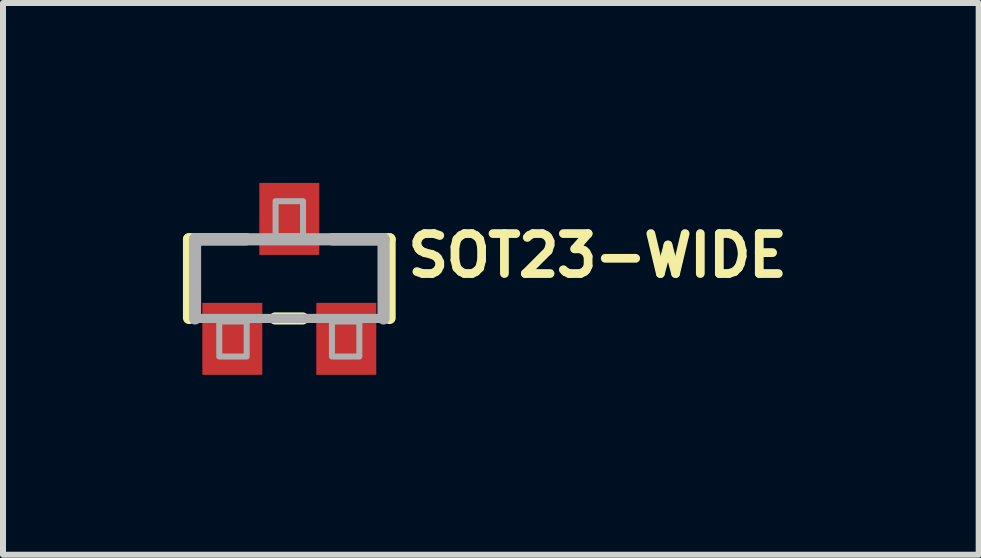
<source format=kicad_pcb>
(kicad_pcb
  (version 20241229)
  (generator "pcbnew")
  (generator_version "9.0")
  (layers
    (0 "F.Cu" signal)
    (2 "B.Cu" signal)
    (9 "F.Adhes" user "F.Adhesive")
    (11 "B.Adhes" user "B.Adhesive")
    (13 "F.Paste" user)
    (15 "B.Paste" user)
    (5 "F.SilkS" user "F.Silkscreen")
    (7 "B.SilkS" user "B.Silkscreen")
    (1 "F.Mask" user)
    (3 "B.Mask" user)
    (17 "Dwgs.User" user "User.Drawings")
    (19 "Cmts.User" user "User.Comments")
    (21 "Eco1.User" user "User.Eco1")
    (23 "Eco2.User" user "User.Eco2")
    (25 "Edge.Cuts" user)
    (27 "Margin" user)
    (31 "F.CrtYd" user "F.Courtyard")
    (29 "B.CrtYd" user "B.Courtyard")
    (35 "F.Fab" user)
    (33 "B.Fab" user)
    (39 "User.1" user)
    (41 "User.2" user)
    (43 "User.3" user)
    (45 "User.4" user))
  (footprint "SOT23-WIDE"
    (layer "F.Cu")
    (at 1.774 1.6)
    (property "Reference" "SOT23-WIDE" (at 1.905 0 0) (layer "F.SilkS") (effects (font (size 0.666 0.666) (thickness 0.146)) (justify left bottom)))
    (fp_line (start -1.672 -0.66) (end -0.714 -0.66) (stroke (width 0.203) (type solid)) (layer "F.SilkS"))
    (fp_line (start -1.672 0.652) (end -1.672 -0.66) (stroke (width 0.203) (type solid)) (layer "F.SilkS"))
    (fp_line (start 0.222 0.66) (end -0.236 0.66) (stroke (width 0.203) (type solid)) (layer "F.SilkS"))
    (fp_line (start 0.714 -0.66) (end 1.672 -0.66) (stroke (width 0.203) (type solid)) (layer "F.SilkS"))
    (fp_line (start 1.672 -0.66) (end 1.672 0.652) (stroke (width 0.203) (type solid)) (layer "F.SilkS"))
    (fp_line (start -1.572 -0.66) (end 1.572 -0.66) (stroke (width 0.203) (type solid)) (layer "F.Fab"))
    (fp_line (start -1.572 0.66) (end -1.572 -0.66) (stroke (width 0.203) (type solid)) (layer "F.Fab"))
    (fp_line (start 1.572 -0.66) (end 1.572 0.66) (stroke (width 0.203) (type solid)) (layer "F.Fab"))
    (fp_line (start 1.572 0.66) (end -1.572 0.66) (stroke (width 0.152) (type solid)) (layer "F.Fab"))
    (fp_poly (pts (xy -1.168 1.295) (xy -0.711 1.295) (xy -0.711 0.711) (xy -1.168 0.711)) (stroke (width 0.1) (type solid)) (fill no) (layer "F.Fab"))
    (fp_poly (pts (xy -0.229 -0.711) (xy 0.229 -0.711) (xy 0.229 -1.295) (xy -0.229 -1.295)) (stroke (width 0.1) (type solid)) (fill no) (layer "F.Fab"))
    (fp_poly (pts (xy 0.711 1.295) (xy 1.168 1.295) (xy 1.168 0.711) (xy 0.711 0.711)) (stroke (width 0.1) (type solid)) (fill no) (layer "F.Fab"))
    (pad "1" smd rect (at -0.95 1) (size 1 1.2) (layers "F.Cu" "F.Mask" "F.Paste"))
    (pad "2" smd rect (at 0.95 1) (size 1 1.2) (layers "F.Cu" "F.Mask" "F.Paste"))
    (pad "3" smd rect (at 0 -1) (size 1 1.2) (layers "F.Cu" "F.Mask" "F.Paste")))
  (gr_rect
    (start -3 -3)
    (end 13.269 6.2)
    (stroke (width 0.1) (type default))
    (fill no)
    (layer "Edge.Cuts")))
</source>
